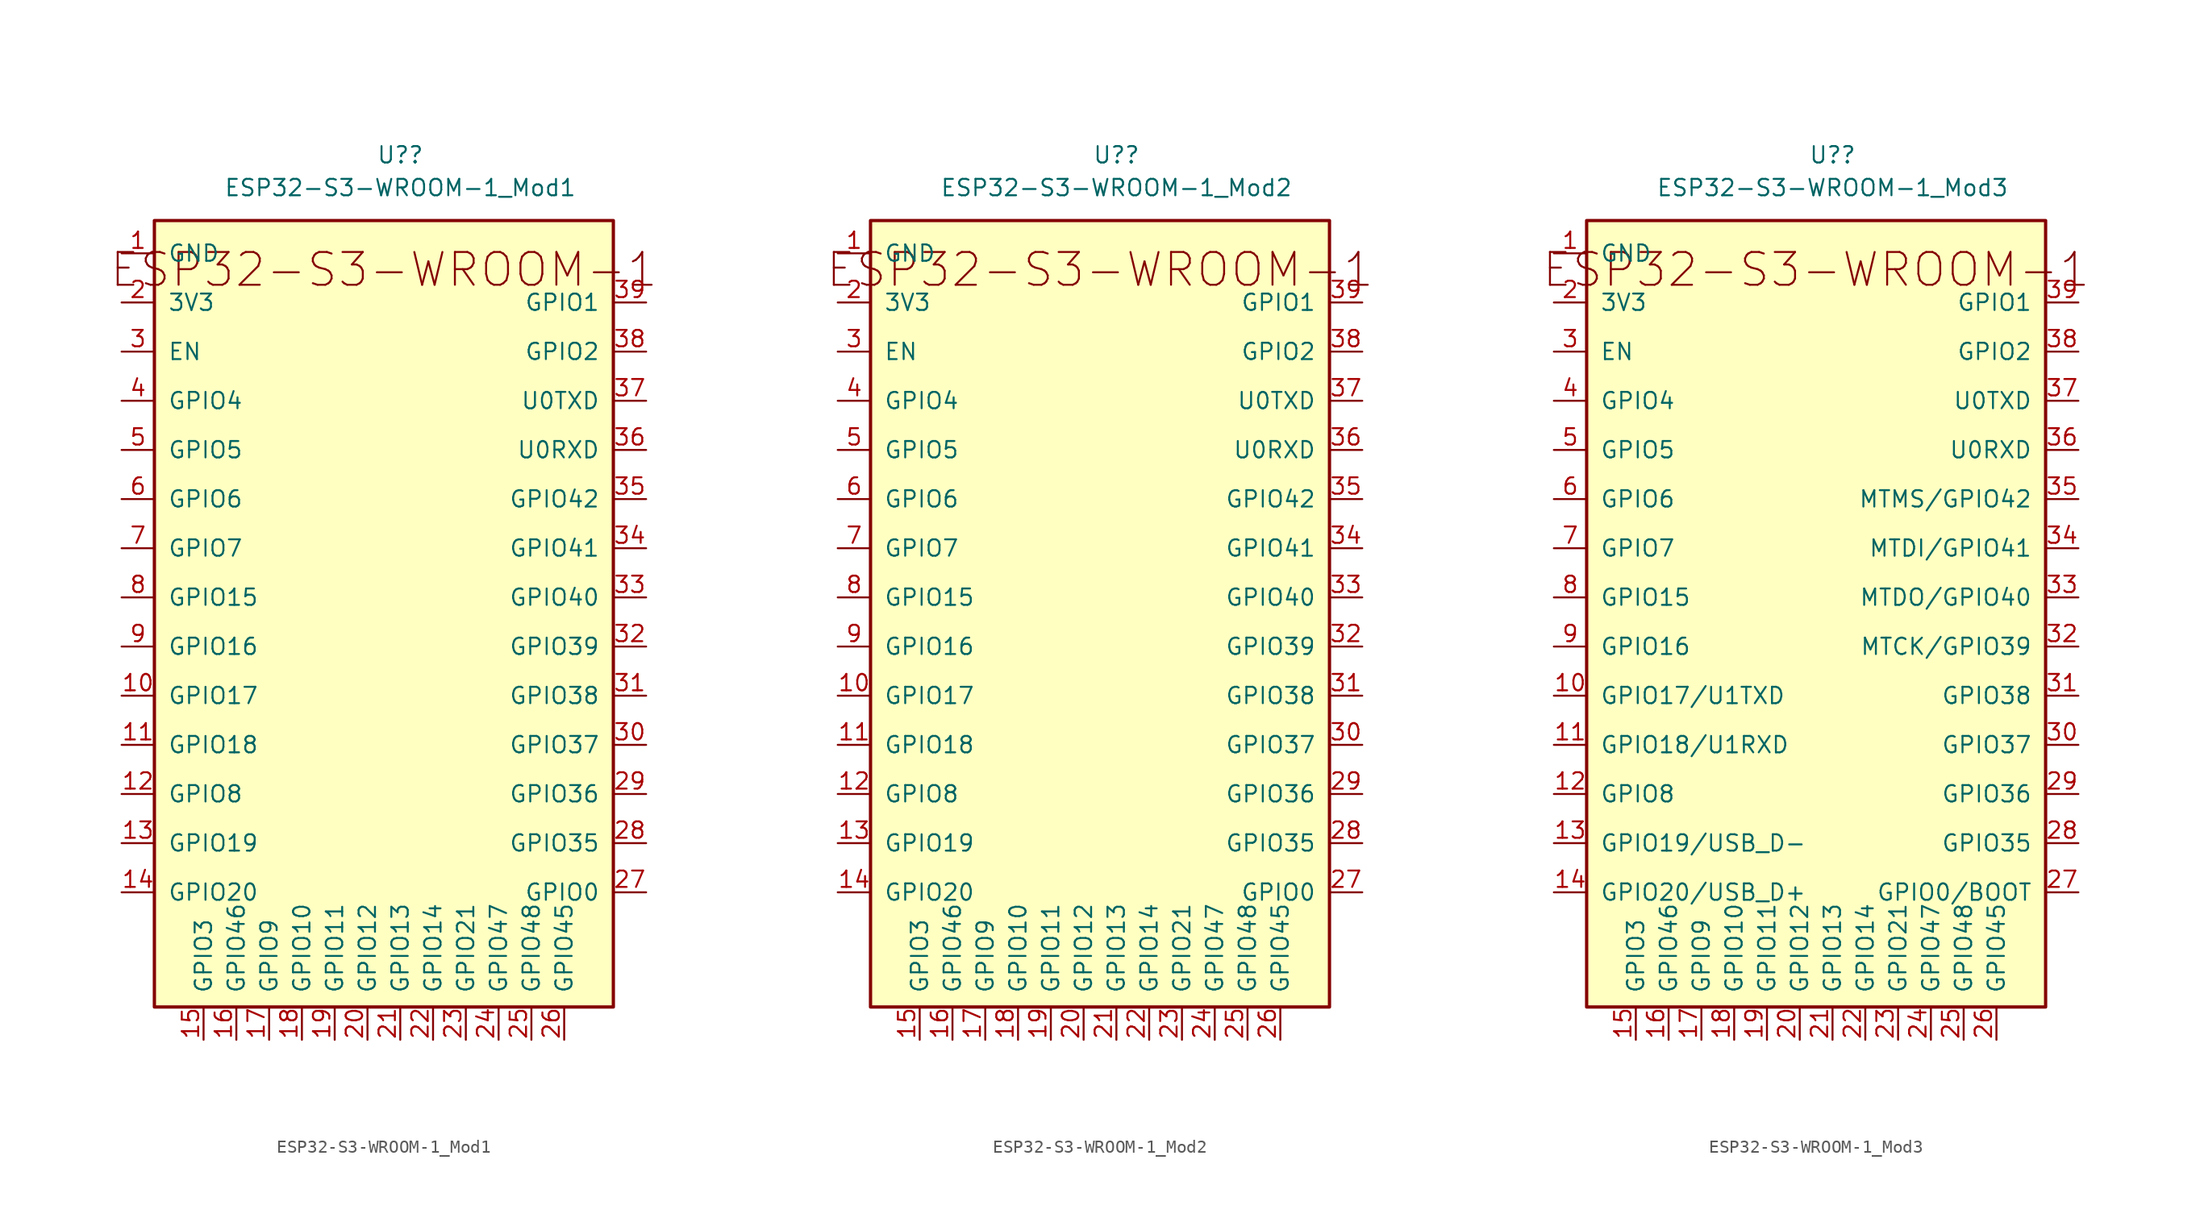
<source format=kicad_sym>
(kicad_symbol_lib
  (version 20211014)
  (generator kicad_symbol_editor)
  (symbol "ESP32-S3-WROOM-1_Mod1"
    (pin_names
      (offset 1.016))
    (property "Reference" "U?"
      (at 1.27 38.1 0)
      (effects (font (size 1.27 1.27))))
    (property "Value" "ESP32-S3-WROOM-1_Mod1"
      (at 1.27 35.56 0)
      (effects (font (size 1.27 1.27))))
    (symbol "ESP32-S3-WROOM-1_Mod1_0_0"
      (rectangle (start -17.78 33.02) (end 17.78 -27.94) (stroke (width 0.254) (type default) (color 0 0 0 0)) (fill (type background)))
      (text "ESP32-S3-WROOM-1" (at 0 29.21 0) (effects (font (size 2.54 2.54))))
      (pin power_in line (at -20.32 30.48 0) (length 2.54) (name "GND" (effects (font (size 1.27 1.27)))) (number "1" (effects (font (size 1.27 1.27)))))
      (pin bidirectional line (at -20.32 -3.81 0) (length 2.54) (name "GPIO17" (effects (font (size 1.27 1.27)))) (number "10" (effects (font (size 1.27 1.27)))))
      (pin bidirectional line (at -20.32 -7.62 0) (length 2.54) (name "GPIO18" (effects (font (size 1.27 1.27)))) (number "11" (effects (font (size 1.27 1.27)))))
      (pin bidirectional line (at -20.32 -11.43 0) (length 2.54) (name "GPIO8" (effects (font (size 1.27 1.27)))) (number "12" (effects (font (size 1.27 1.27)))))
      (pin bidirectional line (at -20.32 -15.24 0) (length 2.54) (name "GPIO19" (effects (font (size 1.27 1.27)))) (number "13" (effects (font (size 1.27 1.27)))))
      (pin bidirectional line (at -20.32 -19.05 0) (length 2.54) (name "GPIO20" (effects (font (size 1.27 1.27)))) (number "14" (effects (font (size 1.27 1.27)))))
      (pin bidirectional line (at -13.97 -30.48 90) (length 2.54) (name "GPIO3" (effects (font (size 1.27 1.27)))) (number "15" (effects (font (size 1.27 1.27)))))
      (pin bidirectional line (at -11.43 -30.48 90) (length 2.54) (name "GPIO46" (effects (font (size 1.27 1.27)))) (number "16" (effects (font (size 1.27 1.27)))))
      (pin bidirectional line (at -8.89 -30.48 90) (length 2.54) (name "GPIO9" (effects (font (size 1.27 1.27)))) (number "17" (effects (font (size 1.27 1.27)))))
      (pin bidirectional line (at -6.35 -30.48 90) (length 2.54) (name "GPIO10" (effects (font (size 1.27 1.27)))) (number "18" (effects (font (size 1.27 1.27)))))
      (pin bidirectional line (at -3.81 -30.48 90) (length 2.54) (name "GPIO11" (effects (font (size 1.27 1.27)))) (number "19" (effects (font (size 1.27 1.27)))))
      (pin power_in line (at -20.32 26.67 0) (length 2.54) (name "3V3" (effects (font (size 1.27 1.27)))) (number "2" (effects (font (size 1.27 1.27)))))
      (pin bidirectional line (at -1.27 -30.48 90) (length 2.54) (name "GPIO12" (effects (font (size 1.27 1.27)))) (number "20" (effects (font (size 1.27 1.27)))))
      (pin bidirectional line (at 1.27 -30.48 90) (length 2.54) (name "GPIO13" (effects (font (size 1.27 1.27)))) (number "21" (effects (font (size 1.27 1.27)))))
      (pin bidirectional line (at 3.81 -30.48 90) (length 2.54) (name "GPIO14" (effects (font (size 1.27 1.27)))) (number "22" (effects (font (size 1.27 1.27)))))
      (pin bidirectional line (at 6.35 -30.48 90) (length 2.54) (name "GPIO21" (effects (font (size 1.27 1.27)))) (number "23" (effects (font (size 1.27 1.27)))))
      (pin bidirectional line (at 8.89 -30.48 90) (length 2.54) (name "GPIO47" (effects (font (size 1.27 1.27)))) (number "24" (effects (font (size 1.27 1.27)))))
      (pin bidirectional line (at 11.43 -30.48 90) (length 2.54) (name "GPIO48" (effects (font (size 1.27 1.27)))) (number "25" (effects (font (size 1.27 1.27)))))
      (pin bidirectional line (at 13.97 -30.48 90) (length 2.54) (name "GPIO45" (effects (font (size 1.27 1.27)))) (number "26" (effects (font (size 1.27 1.27)))))
      (pin bidirectional line (at 20.32 -19.05 180) (length 2.54) (name "GPIO0" (effects (font (size 1.27 1.27)))) (number "27" (effects (font (size 1.27 1.27)))))
      (pin bidirectional line (at 20.32 -15.24 180) (length 2.54) (name "GPIO35" (effects (font (size 1.27 1.27)))) (number "28" (effects (font (size 1.27 1.27)))))
      (pin bidirectional line (at 20.32 -11.43 180) (length 2.54) (name "GPIO36" (effects (font (size 1.27 1.27)))) (number "29" (effects (font (size 1.27 1.27)))))
      (pin input line (at -20.32 22.86 0) (length 2.54) (name "EN" (effects (font (size 1.27 1.27)))) (number "3" (effects (font (size 1.27 1.27)))))
      (pin bidirectional line (at 20.32 -7.62 180) (length 2.54) (name "GPIO37" (effects (font (size 1.27 1.27)))) (number "30" (effects (font (size 1.27 1.27)))))
      (pin bidirectional line (at 20.32 -3.81 180) (length 2.54) (name "GPIO38" (effects (font (size 1.27 1.27)))) (number "31" (effects (font (size 1.27 1.27)))))
      (pin bidirectional line (at 20.32 0 180) (length 2.54) (name "GPIO39" (effects (font (size 1.27 1.27)))) (number "32" (effects (font (size 1.27 1.27)))))
      (pin bidirectional line (at 20.32 3.81 180) (length 2.54) (name "GPIO40" (effects (font (size 1.27 1.27)))) (number "33" (effects (font (size 1.27 1.27)))))
      (pin bidirectional line (at 20.32 7.62 180) (length 2.54) (name "GPIO41" (effects (font (size 1.27 1.27)))) (number "34" (effects (font (size 1.27 1.27)))))
      (pin bidirectional line (at 20.32 11.43 180) (length 2.54) (name "GPIO42" (effects (font (size 1.27 1.27)))) (number "35" (effects (font (size 1.27 1.27)))))
      (pin bidirectional line (at 20.32 15.24 180) (length 2.54) (name "U0RXD" (effects (font (size 1.27 1.27)))) (number "36" (effects (font (size 1.27 1.27)))))
      (pin bidirectional line (at 20.32 19.05 180) (length 2.54) (name "U0TXD" (effects (font (size 1.27 1.27)))) (number "37" (effects (font (size 1.27 1.27)))))
      (pin bidirectional line (at 20.32 22.86 180) (length 2.54) (name "GPIO2" (effects (font (size 1.27 1.27)))) (number "38" (effects (font (size 1.27 1.27)))))
      (pin bidirectional line (at 20.32 26.67 180) (length 2.54) (name "GPIO1" (effects (font (size 1.27 1.27)))) (number "39" (effects (font (size 1.27 1.27)))))
      (pin bidirectional line (at -20.32 19.05 0) (length 2.54) (name "GPIO4" (effects (font (size 1.27 1.27)))) (number "4" (effects (font (size 1.27 1.27)))))
      (pin passive line (at 20.32 30.48 180) (length 2.54) hide (name "GND" (effects (font (size 1.27 1.27)))) (number "40" (effects (font (size 1.27 1.27)))))
      (pin passive line (at 20.32 33.02 180) (length 2.54) hide (name "GND" (effects (font (size 1.27 1.27)))) (number "41" (effects (font (size 1.27 1.27)))))
      (pin bidirectional line (at -20.32 15.24 0) (length 2.54) (name "GPIO5" (effects (font (size 1.27 1.27)))) (number "5" (effects (font (size 1.27 1.27)))))
      (pin bidirectional line (at -20.32 11.43 0) (length 2.54) (name "GPIO6" (effects (font (size 1.27 1.27)))) (number "6" (effects (font (size 1.27 1.27)))))
      (pin bidirectional line (at -20.32 7.62 0) (length 2.54) (name "GPIO7" (effects (font (size 1.27 1.27)))) (number "7" (effects (font (size 1.27 1.27)))))
      (pin bidirectional line (at -20.32 3.81 0) (length 2.54) (name "GPIO15" (effects (font (size 1.27 1.27)))) (number "8" (effects (font (size 1.27 1.27)))))
      (pin bidirectional line (at -20.32 0 0) (length 2.54) (name "GPIO16" (effects (font (size 1.27 1.27)))) (number "9" (effects (font (size 1.27 1.27)))))))
  (symbol "ESP32-S3-WROOM-1_Mod2"
    (pin_names
      (offset 1.016))
    (property "Reference" "U?"
      (at 1.27 38.1 0)
      (effects (font (size 1.27 1.27))))
    (property "Value" "ESP32-S3-WROOM-1_Mod2"
      (at 1.27 35.56 0)
      (effects (font (size 1.27 1.27))))
    (symbol "ESP32-S3-WROOM-1_Mod2_0_0"
      (rectangle (start -17.78 33.02) (end 17.78 -27.94) (stroke (width 0.254) (type default) (color 0 0 0 0)) (fill (type background)))
      (text "ESP32-S3-WROOM-1" (at 0 29.21 0) (effects (font (size 2.54 2.54))))
      (pin power_in line (at -20.32 30.48 0) (length 2.54) (name "GND" (effects (font (size 1.27 1.27)))) (number "1" (effects (font (size 1.27 1.27)))))
      (pin bidirectional line (at -20.32 -3.81 0) (length 2.54) (name "GPIO17" (effects (font (size 1.27 1.27)))) (number "10" (effects (font (size 1.27 1.27)))))
      (pin bidirectional line (at -20.32 -7.62 0) (length 2.54) (name "GPIO18" (effects (font (size 1.27 1.27)))) (number "11" (effects (font (size 1.27 1.27)))))
      (pin bidirectional line (at -20.32 -11.43 0) (length 2.54) (name "GPIO8" (effects (font (size 1.27 1.27)))) (number "12" (effects (font (size 1.27 1.27)))))
      (pin bidirectional line (at -20.32 -15.24 0) (length 2.54) (name "GPIO19" (effects (font (size 1.27 1.27)))) (number "13" (effects (font (size 1.27 1.27)))))
      (pin bidirectional line (at -20.32 -19.05 0) (length 2.54) (name "GPIO20" (effects (font (size 1.27 1.27)))) (number "14" (effects (font (size 1.27 1.27)))))
      (pin bidirectional line (at -13.97 -30.48 90) (length 2.54) (name "GPIO3" (effects (font (size 1.27 1.27)))) (number "15" (effects (font (size 1.27 1.27)))))
      (pin bidirectional line (at -11.43 -30.48 90) (length 2.54) (name "GPIO46" (effects (font (size 1.27 1.27)))) (number "16" (effects (font (size 1.27 1.27)))))
      (pin bidirectional line (at -8.89 -30.48 90) (length 2.54) (name "GPIO9" (effects (font (size 1.27 1.27)))) (number "17" (effects (font (size 1.27 1.27)))))
      (pin bidirectional line (at -6.35 -30.48 90) (length 2.54) (name "GPIO10" (effects (font (size 1.27 1.27)))) (number "18" (effects (font (size 1.27 1.27)))))
      (pin bidirectional line (at -3.81 -30.48 90) (length 2.54) (name "GPIO11" (effects (font (size 1.27 1.27)))) (number "19" (effects (font (size 1.27 1.27)))))
      (pin power_in line (at -20.32 26.67 0) (length 2.54) (name "3V3" (effects (font (size 1.27 1.27)))) (number "2" (effects (font (size 1.27 1.27)))))
      (pin bidirectional line (at -1.27 -30.48 90) (length 2.54) (name "GPIO12" (effects (font (size 1.27 1.27)))) (number "20" (effects (font (size 1.27 1.27)))))
      (pin bidirectional line (at 1.27 -30.48 90) (length 2.54) (name "GPIO13" (effects (font (size 1.27 1.27)))) (number "21" (effects (font (size 1.27 1.27)))))
      (pin bidirectional line (at 3.81 -30.48 90) (length 2.54) (name "GPIO14" (effects (font (size 1.27 1.27)))) (number "22" (effects (font (size 1.27 1.27)))))
      (pin bidirectional line (at 6.35 -30.48 90) (length 2.54) (name "GPIO21" (effects (font (size 1.27 1.27)))) (number "23" (effects (font (size 1.27 1.27)))))
      (pin bidirectional line (at 8.89 -30.48 90) (length 2.54) (name "GPIO47" (effects (font (size 1.27 1.27)))) (number "24" (effects (font (size 1.27 1.27)))))
      (pin bidirectional line (at 11.43 -30.48 90) (length 2.54) (name "GPIO48" (effects (font (size 1.27 1.27)))) (number "25" (effects (font (size 1.27 1.27)))))
      (pin bidirectional line (at 13.97 -30.48 90) (length 2.54) (name "GPIO45" (effects (font (size 1.27 1.27)))) (number "26" (effects (font (size 1.27 1.27)))))
      (pin bidirectional line (at 20.32 -19.05 180) (length 2.54) (name "GPIO0" (effects (font (size 1.27 1.27)))) (number "27" (effects (font (size 1.27 1.27)))))
      (pin bidirectional line (at 20.32 -15.24 180) (length 2.54) (name "GPIO35" (effects (font (size 1.27 1.27)))) (number "28" (effects (font (size 1.27 1.27)))))
      (pin bidirectional line (at 20.32 -11.43 180) (length 2.54) (name "GPIO36" (effects (font (size 1.27 1.27)))) (number "29" (effects (font (size 1.27 1.27)))))
      (pin input line (at -20.32 22.86 0) (length 2.54) (name "EN" (effects (font (size 1.27 1.27)))) (number "3" (effects (font (size 1.27 1.27)))))
      (pin bidirectional line (at 20.32 -7.62 180) (length 2.54) (name "GPIO37" (effects (font (size 1.27 1.27)))) (number "30" (effects (font (size 1.27 1.27)))))
      (pin bidirectional line (at 20.32 -3.81 180) (length 2.54) (name "GPIO38" (effects (font (size 1.27 1.27)))) (number "31" (effects (font (size 1.27 1.27)))))
      (pin bidirectional line (at 20.32 0 180) (length 2.54) (name "GPIO39" (effects (font (size 1.27 1.27)))) (number "32" (effects (font (size 1.27 1.27)))))
      (pin bidirectional line (at 20.32 3.81 180) (length 2.54) (name "GPIO40" (effects (font (size 1.27 1.27)))) (number "33" (effects (font (size 1.27 1.27)))))
      (pin bidirectional line (at 20.32 7.62 180) (length 2.54) (name "GPIO41" (effects (font (size 1.27 1.27)))) (number "34" (effects (font (size 1.27 1.27)))))
      (pin bidirectional line (at 20.32 11.43 180) (length 2.54) (name "GPIO42" (effects (font (size 1.27 1.27)))) (number "35" (effects (font (size 1.27 1.27)))))
      (pin bidirectional line (at 20.32 15.24 180) (length 2.54) (name "U0RXD" (effects (font (size 1.27 1.27)))) (number "36" (effects (font (size 1.27 1.27)))))
      (pin bidirectional line (at 20.32 19.05 180) (length 2.54) (name "U0TXD" (effects (font (size 1.27 1.27)))) (number "37" (effects (font (size 1.27 1.27)))))
      (pin bidirectional line (at 20.32 22.86 180) (length 2.54) (name "GPIO2" (effects (font (size 1.27 1.27)))) (number "38" (effects (font (size 1.27 1.27)))))
      (pin bidirectional line (at 20.32 26.67 180) (length 2.54) (name "GPIO1" (effects (font (size 1.27 1.27)))) (number "39" (effects (font (size 1.27 1.27)))))
      (pin bidirectional line (at -20.32 19.05 0) (length 2.54) (name "GPIO4" (effects (font (size 1.27 1.27)))) (number "4" (effects (font (size 1.27 1.27)))))
      (pin passive line (at 20.32 30.48 180) (length 2.54) hide (name "GND" (effects (font (size 1.27 1.27)))) (number "40" (effects (font (size 1.27 1.27)))))
      (pin passive line (at 20.32 33.02 180) (length 2.54) hide (name "GND" (effects (font (size 1.27 1.27)))) (number "41" (effects (font (size 1.27 1.27)))))
      (pin bidirectional line (at -20.32 15.24 0) (length 2.54) (name "GPIO5" (effects (font (size 1.27 1.27)))) (number "5" (effects (font (size 1.27 1.27)))))
      (pin bidirectional line (at -20.32 11.43 0) (length 2.54) (name "GPIO6" (effects (font (size 1.27 1.27)))) (number "6" (effects (font (size 1.27 1.27)))))
      (pin bidirectional line (at -20.32 7.62 0) (length 2.54) (name "GPIO7" (effects (font (size 1.27 1.27)))) (number "7" (effects (font (size 1.27 1.27)))))
      (pin bidirectional line (at -20.32 3.81 0) (length 2.54) (name "GPIO15" (effects (font (size 1.27 1.27)))) (number "8" (effects (font (size 1.27 1.27)))))
      (pin bidirectional line (at -20.32 0 0) (length 2.54) (name "GPIO16" (effects (font (size 1.27 1.27)))) (number "9" (effects (font (size 1.27 1.27)))))))
  (symbol "ESP32-S3-WROOM-1_Mod3"
    (pin_names
      (offset 1.016))
    (property "Reference" "U?"
      (at 1.27 38.1 0)
      (effects (font (size 1.27 1.27))))
    (property "Value" "ESP32-S3-WROOM-1_Mod3"
      (at 1.27 35.56 0)
      (effects (font (size 1.27 1.27))))
    (symbol "ESP32-S3-WROOM-1_Mod3_0_0"
      (rectangle (start -17.78 33.02) (end 17.78 -27.94) (stroke (width 0.254) (type default) (color 0 0 0 0)) (fill (type background)))
      (text "ESP32-S3-WROOM-1" (at 0 29.21 0) (effects (font (size 2.54 2.54))))
      (pin power_in line (at -20.32 30.48 0) (length 2.54) (name "GND" (effects (font (size 1.27 1.27)))) (number "1" (effects (font (size 1.27 1.27)))))
      (pin bidirectional line (at -20.32 -3.81 0) (length 2.54) (name "GPIO17/U1TXD" (effects (font (size 1.27 1.27)))) (number "10" (effects (font (size 1.27 1.27)))))
      (pin bidirectional line (at -20.32 -7.62 0) (length 2.54) (name "GPIO18/U1RXD" (effects (font (size 1.27 1.27)))) (number "11" (effects (font (size 1.27 1.27)))))
      (pin bidirectional line (at -20.32 -11.43 0) (length 2.54) (name "GPIO8" (effects (font (size 1.27 1.27)))) (number "12" (effects (font (size 1.27 1.27)))))
      (pin bidirectional line (at -20.32 -15.24 0) (length 2.54) (name "GPIO19/USB_D-" (effects (font (size 1.27 1.27)))) (number "13" (effects (font (size 1.27 1.27)))))
      (pin bidirectional line (at -20.32 -19.05 0) (length 2.54) (name "GPIO20/USB_D+" (effects (font (size 1.27 1.27)))) (number "14" (effects (font (size 1.27 1.27)))))
      (pin bidirectional line (at -13.97 -30.48 90) (length 2.54) (name "GPIO3" (effects (font (size 1.27 1.27)))) (number "15" (effects (font (size 1.27 1.27)))))
      (pin bidirectional line (at -11.43 -30.48 90) (length 2.54) (name "GPIO46" (effects (font (size 1.27 1.27)))) (number "16" (effects (font (size 1.27 1.27)))))
      (pin bidirectional line (at -8.89 -30.48 90) (length 2.54) (name "GPIO9" (effects (font (size 1.27 1.27)))) (number "17" (effects (font (size 1.27 1.27)))))
      (pin bidirectional line (at -6.35 -30.48 90) (length 2.54) (name "GPIO10" (effects (font (size 1.27 1.27)))) (number "18" (effects (font (size 1.27 1.27)))))
      (pin bidirectional line (at -3.81 -30.48 90) (length 2.54) (name "GPIO11" (effects (font (size 1.27 1.27)))) (number "19" (effects (font (size 1.27 1.27)))))
      (pin power_in line (at -20.32 26.67 0) (length 2.54) (name "3V3" (effects (font (size 1.27 1.27)))) (number "2" (effects (font (size 1.27 1.27)))))
      (pin bidirectional line (at -1.27 -30.48 90) (length 2.54) (name "GPIO12" (effects (font (size 1.27 1.27)))) (number "20" (effects (font (size 1.27 1.27)))))
      (pin bidirectional line (at 1.27 -30.48 90) (length 2.54) (name "GPIO13" (effects (font (size 1.27 1.27)))) (number "21" (effects (font (size 1.27 1.27)))))
      (pin bidirectional line (at 3.81 -30.48 90) (length 2.54) (name "GPIO14" (effects (font (size 1.27 1.27)))) (number "22" (effects (font (size 1.27 1.27)))))
      (pin bidirectional line (at 6.35 -30.48 90) (length 2.54) (name "GPIO21" (effects (font (size 1.27 1.27)))) (number "23" (effects (font (size 1.27 1.27)))))
      (pin bidirectional line (at 8.89 -30.48 90) (length 2.54) (name "GPIO47" (effects (font (size 1.27 1.27)))) (number "24" (effects (font (size 1.27 1.27)))))
      (pin bidirectional line (at 11.43 -30.48 90) (length 2.54) (name "GPIO48" (effects (font (size 1.27 1.27)))) (number "25" (effects (font (size 1.27 1.27)))))
      (pin bidirectional line (at 13.97 -30.48 90) (length 2.54) (name "GPIO45" (effects (font (size 1.27 1.27)))) (number "26" (effects (font (size 1.27 1.27)))))
      (pin bidirectional line (at 20.32 -19.05 180) (length 2.54) (name "GPIO0/BOOT" (effects (font (size 1.27 1.27)))) (number "27" (effects (font (size 1.27 1.27)))))
      (pin bidirectional line (at 20.32 -15.24 180) (length 2.54) (name "GPIO35" (effects (font (size 1.27 1.27)))) (number "28" (effects (font (size 1.27 1.27)))))
      (pin bidirectional line (at 20.32 -11.43 180) (length 2.54) (name "GPIO36" (effects (font (size 1.27 1.27)))) (number "29" (effects (font (size 1.27 1.27)))))
      (pin input line (at -20.32 22.86 0) (length 2.54) (name "EN" (effects (font (size 1.27 1.27)))) (number "3" (effects (font (size 1.27 1.27)))))
      (pin bidirectional line (at 20.32 -7.62 180) (length 2.54) (name "GPIO37" (effects (font (size 1.27 1.27)))) (number "30" (effects (font (size 1.27 1.27)))))
      (pin bidirectional line (at 20.32 -3.81 180) (length 2.54) (name "GPIO38" (effects (font (size 1.27 1.27)))) (number "31" (effects (font (size 1.27 1.27)))))
      (pin bidirectional line (at 20.32 0 180) (length 2.54) (name "MTCK/GPIO39" (effects (font (size 1.27 1.27)))) (number "32" (effects (font (size 1.27 1.27)))))
      (pin bidirectional line (at 20.32 3.81 180) (length 2.54) (name "MTDO/GPIO40" (effects (font (size 1.27 1.27)))) (number "33" (effects (font (size 1.27 1.27)))))
      (pin bidirectional line (at 20.32 7.62 180) (length 2.54) (name "MTDI/GPIO41" (effects (font (size 1.27 1.27)))) (number "34" (effects (font (size 1.27 1.27)))))
      (pin bidirectional line (at 20.32 11.43 180) (length 2.54) (name "MTMS/GPIO42" (effects (font (size 1.27 1.27)))) (number "35" (effects (font (size 1.27 1.27)))))
      (pin bidirectional line (at 20.32 15.24 180) (length 2.54) (name "U0RXD" (effects (font (size 1.27 1.27)))) (number "36" (effects (font (size 1.27 1.27)))))
      (pin bidirectional line (at 20.32 19.05 180) (length 2.54) (name "U0TXD" (effects (font (size 1.27 1.27)))) (number "37" (effects (font (size 1.27 1.27)))))
      (pin bidirectional line (at 20.32 22.86 180) (length 2.54) (name "GPIO2" (effects (font (size 1.27 1.27)))) (number "38" (effects (font (size 1.27 1.27)))))
      (pin bidirectional line (at 20.32 26.67 180) (length 2.54) (name "GPIO1" (effects (font (size 1.27 1.27)))) (number "39" (effects (font (size 1.27 1.27)))))
      (pin bidirectional line (at -20.32 19.05 0) (length 2.54) (name "GPIO4" (effects (font (size 1.27 1.27)))) (number "4" (effects (font (size 1.27 1.27)))))
      (pin passive line (at 20.32 30.48 180) (length 2.54) hide (name "GND" (effects (font (size 1.27 1.27)))) (number "40" (effects (font (size 1.27 1.27)))))
      (pin passive line (at 20.32 33.02 180) (length 2.54) hide (name "GND" (effects (font (size 1.27 1.27)))) (number "41" (effects (font (size 1.27 1.27)))))
      (pin bidirectional line (at -20.32 15.24 0) (length 2.54) (name "GPIO5" (effects (font (size 1.27 1.27)))) (number "5" (effects (font (size 1.27 1.27)))))
      (pin bidirectional line (at -20.32 11.43 0) (length 2.54) (name "GPIO6" (effects (font (size 1.27 1.27)))) (number "6" (effects (font (size 1.27 1.27)))))
      (pin bidirectional line (at -20.32 7.62 0) (length 2.54) (name "GPIO7" (effects (font (size 1.27 1.27)))) (number "7" (effects (font (size 1.27 1.27)))))
      (pin bidirectional line (at -20.32 3.81 0) (length 2.54) (name "GPIO15" (effects (font (size 1.27 1.27)))) (number "8" (effects (font (size 1.27 1.27)))))
      (pin bidirectional line (at -20.32 0 0) (length 2.54) (name "GPIO16" (effects (font (size 1.27 1.27)))) (number "9" (effects (font (size 1.27 1.27))))))))
</source>
